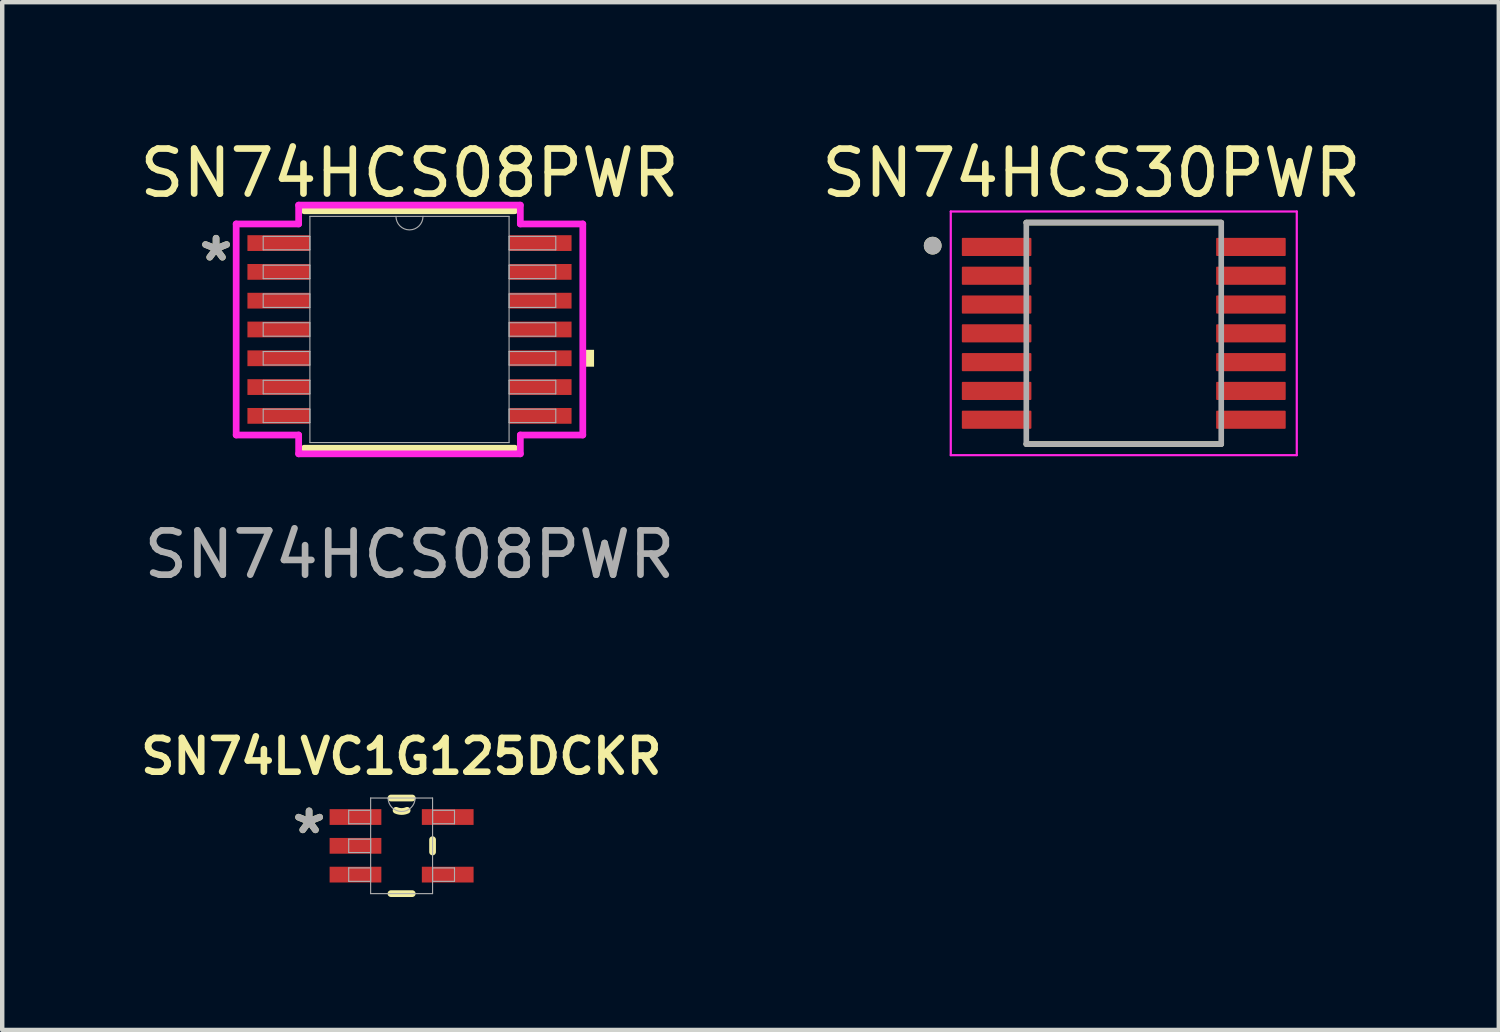
<source format=kicad_pcb>
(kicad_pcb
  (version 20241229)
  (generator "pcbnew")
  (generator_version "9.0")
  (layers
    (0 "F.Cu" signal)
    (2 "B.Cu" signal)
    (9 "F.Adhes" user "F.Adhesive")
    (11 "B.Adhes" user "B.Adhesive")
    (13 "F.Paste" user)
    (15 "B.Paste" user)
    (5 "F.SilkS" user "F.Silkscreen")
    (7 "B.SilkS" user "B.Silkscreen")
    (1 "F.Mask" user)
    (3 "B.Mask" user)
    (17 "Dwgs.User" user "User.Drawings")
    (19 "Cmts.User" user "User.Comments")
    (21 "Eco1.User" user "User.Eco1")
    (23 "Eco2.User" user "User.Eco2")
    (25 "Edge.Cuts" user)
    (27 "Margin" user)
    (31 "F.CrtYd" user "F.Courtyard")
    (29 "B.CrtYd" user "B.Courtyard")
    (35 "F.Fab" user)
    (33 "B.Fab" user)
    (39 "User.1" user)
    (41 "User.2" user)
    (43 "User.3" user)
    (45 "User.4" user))
  (footprint "SN74HCS08PWR"
    (layer "F.Cu")
    (at 6.193 4.387)
    (property "Reference" "SN74HCS08PWR" (at 0.002 -3.53 0) (unlocked yes) (layer "F.SilkS") (effects (font (size 1.016 1.016) (thickness 0.15))))
    (attr smd)
    (fp_line (start -2.375 2.68) (end 2.375 2.68) (stroke (width 0.152) (type solid)) (layer "F.SilkS"))
    (fp_line (start 2.375 -2.68) (end -2.375 -2.68) (stroke (width 0.152) (type solid)) (layer "F.SilkS"))
    (fp_poly (pts (xy 4.166 0.459) (xy 4.166 0.84) (xy 3.912 0.84) (xy 3.912 0.459)) (stroke (width 0) (type solid)) (fill yes) (layer "F.SilkS"))
    (fp_line (start -3.912 -2.382) (end -2.502 -2.382) (stroke (width 0.152) (type solid)) (layer "F.CrtYd"))
    (fp_line (start -3.912 2.382) (end -3.912 -2.382) (stroke (width 0.152) (type solid)) (layer "F.CrtYd"))
    (fp_line (start -3.912 2.382) (end -2.502 2.382) (stroke (width 0.152) (type solid)) (layer "F.CrtYd"))
    (fp_line (start -2.502 -2.807) (end 2.502 -2.807) (stroke (width 0.152) (type solid)) (layer "F.CrtYd"))
    (fp_line (start -2.502 -2.382) (end -2.502 -2.807) (stroke (width 0.152) (type solid)) (layer "F.CrtYd"))
    (fp_line (start -2.502 2.807) (end -2.502 2.382) (stroke (width 0.152) (type solid)) (layer "F.CrtYd"))
    (fp_line (start 2.502 -2.807) (end 2.502 -2.382) (stroke (width 0.152) (type solid)) (layer "F.CrtYd"))
    (fp_line (start 2.502 2.382) (end 2.502 2.807) (stroke (width 0.152) (type solid)) (layer "F.CrtYd"))
    (fp_line (start 2.502 2.807) (end -2.502 2.807) (stroke (width 0.152) (type solid)) (layer "F.CrtYd"))
    (fp_line (start 3.912 -2.382) (end 2.502 -2.382) (stroke (width 0.152) (type solid)) (layer "F.CrtYd"))
    (fp_line (start 3.912 -2.382) (end 3.912 2.382) (stroke (width 0.152) (type solid)) (layer "F.CrtYd"))
    (fp_line (start 3.912 2.382) (end 2.502 2.382) (stroke (width 0.152) (type solid)) (layer "F.CrtYd"))
    (fp_line (start -3.302 -2.102) (end -3.302 -1.798) (stroke (width 0.025) (type solid)) (layer "F.Fab"))
    (fp_line (start -3.302 -1.798) (end -2.248 -1.798) (stroke (width 0.025) (type solid)) (layer "F.Fab"))
    (fp_line (start -3.302 -1.452) (end -3.302 -1.148) (stroke (width 0.025) (type solid)) (layer "F.Fab"))
    (fp_line (start -3.302 -1.148) (end -2.248 -1.148) (stroke (width 0.025) (type solid)) (layer "F.Fab"))
    (fp_line (start -3.302 -0.802) (end -3.302 -0.498) (stroke (width 0.025) (type solid)) (layer "F.Fab"))
    (fp_line (start -3.302 -0.498) (end -2.248 -0.498) (stroke (width 0.025) (type solid)) (layer "F.Fab"))
    (fp_line (start -3.302 -0.152) (end -3.302 0.152) (stroke (width 0.025) (type solid)) (layer "F.Fab"))
    (fp_line (start -3.302 0.152) (end -2.248 0.152) (stroke (width 0.025) (type solid)) (layer "F.Fab"))
    (fp_line (start -3.302 0.498) (end -3.302 0.802) (stroke (width 0.025) (type solid)) (layer "F.Fab"))
    (fp_line (start -3.302 0.802) (end -2.248 0.802) (stroke (width 0.025) (type solid)) (layer "F.Fab"))
    (fp_line (start -3.302 1.148) (end -3.302 1.452) (stroke (width 0.025) (type solid)) (layer "F.Fab"))
    (fp_line (start -3.302 1.452) (end -2.248 1.452) (stroke (width 0.025) (type solid)) (layer "F.Fab"))
    (fp_line (start -3.302 1.798) (end -3.302 2.102) (stroke (width 0.025) (type solid)) (layer "F.Fab"))
    (fp_line (start -3.302 2.102) (end -2.248 2.102) (stroke (width 0.025) (type solid)) (layer "F.Fab"))
    (fp_line (start -2.248 -2.553) (end -2.248 2.553) (stroke (width 0.025) (type solid)) (layer "F.Fab"))
    (fp_line (start -2.248 -2.102) (end -3.302 -2.102) (stroke (width 0.025) (type solid)) (layer "F.Fab"))
    (fp_line (start -2.248 -1.798) (end -2.248 -2.102) (stroke (width 0.025) (type solid)) (layer "F.Fab"))
    (fp_line (start -2.248 -1.452) (end -3.302 -1.452) (stroke (width 0.025) (type solid)) (layer "F.Fab"))
    (fp_line (start -2.248 -1.148) (end -2.248 -1.452) (stroke (width 0.025) (type solid)) (layer "F.Fab"))
    (fp_line (start -2.248 -0.802) (end -3.302 -0.802) (stroke (width 0.025) (type solid)) (layer "F.Fab"))
    (fp_line (start -2.248 -0.498) (end -2.248 -0.802) (stroke (width 0.025) (type solid)) (layer "F.Fab"))
    (fp_line (start -2.248 -0.152) (end -3.302 -0.152) (stroke (width 0.025) (type solid)) (layer "F.Fab"))
    (fp_line (start -2.248 0.152) (end -2.248 -0.152) (stroke (width 0.025) (type solid)) (layer "F.Fab"))
    (fp_line (start -2.248 0.498) (end -3.302 0.498) (stroke (width 0.025) (type solid)) (layer "F.Fab"))
    (fp_line (start -2.248 0.802) (end -2.248 0.498) (stroke (width 0.025) (type solid)) (layer "F.Fab"))
    (fp_line (start -2.248 1.148) (end -3.302 1.148) (stroke (width 0.025) (type solid)) (layer "F.Fab"))
    (fp_line (start -2.248 1.452) (end -2.248 1.148) (stroke (width 0.025) (type solid)) (layer "F.Fab"))
    (fp_line (start -2.248 1.798) (end -3.302 1.798) (stroke (width 0.025) (type solid)) (layer "F.Fab"))
    (fp_line (start -2.248 2.102) (end -2.248 1.798) (stroke (width 0.025) (type solid)) (layer "F.Fab"))
    (fp_line (start -2.248 2.553) (end 2.248 2.553) (stroke (width 0.025) (type solid)) (layer "F.Fab"))
    (fp_line (start 2.248 -2.553) (end -2.248 -2.553) (stroke (width 0.025) (type solid)) (layer "F.Fab"))
    (fp_line (start 2.248 -2.102) (end 2.248 -1.798) (stroke (width 0.025) (type solid)) (layer "F.Fab"))
    (fp_line (start 2.248 -1.798) (end 3.302 -1.798) (stroke (width 0.025) (type solid)) (layer "F.Fab"))
    (fp_line (start 2.248 -1.452) (end 2.248 -1.148) (stroke (width 0.025) (type solid)) (layer "F.Fab"))
    (fp_line (start 2.248 -1.148) (end 3.302 -1.148) (stroke (width 0.025) (type solid)) (layer "F.Fab"))
    (fp_line (start 2.248 -0.802) (end 2.248 -0.498) (stroke (width 0.025) (type solid)) (layer "F.Fab"))
    (fp_line (start 2.248 -0.498) (end 3.302 -0.498) (stroke (width 0.025) (type solid)) (layer "F.Fab"))
    (fp_line (start 2.248 -0.152) (end 2.248 0.152) (stroke (width 0.025) (type solid)) (layer "F.Fab"))
    (fp_line (start 2.248 0.152) (end 3.302 0.152) (stroke (width 0.025) (type solid)) (layer "F.Fab"))
    (fp_line (start 2.248 0.498) (end 2.248 0.802) (stroke (width 0.025) (type solid)) (layer "F.Fab"))
    (fp_line (start 2.248 0.802) (end 3.302 0.802) (stroke (width 0.025) (type solid)) (layer "F.Fab"))
    (fp_line (start 2.248 1.148) (end 2.248 1.452) (stroke (width 0.025) (type solid)) (layer "F.Fab"))
    (fp_line (start 2.248 1.452) (end 3.302 1.452) (stroke (width 0.025) (type solid)) (layer "F.Fab"))
    (fp_line (start 2.248 1.798) (end 2.248 2.102) (stroke (width 0.025) (type solid)) (layer "F.Fab"))
    (fp_line (start 2.248 2.102) (end 3.302 2.102) (stroke (width 0.025) (type solid)) (layer "F.Fab"))
    (fp_line (start 2.248 2.553) (end 2.248 -2.553) (stroke (width 0.025) (type solid)) (layer "F.Fab"))
    (fp_line (start 3.302 -2.102) (end 2.248 -2.102) (stroke (width 0.025) (type solid)) (layer "F.Fab"))
    (fp_line (start 3.302 -1.798) (end 3.302 -2.102) (stroke (width 0.025) (type solid)) (layer "F.Fab"))
    (fp_line (start 3.302 -1.452) (end 2.248 -1.452) (stroke (width 0.025) (type solid)) (layer "F.Fab"))
    (fp_line (start 3.302 -1.148) (end 3.302 -1.452) (stroke (width 0.025) (type solid)) (layer "F.Fab"))
    (fp_line (start 3.302 -0.802) (end 2.248 -0.802) (stroke (width 0.025) (type solid)) (layer "F.Fab"))
    (fp_line (start 3.302 -0.498) (end 3.302 -0.802) (stroke (width 0.025) (type solid)) (layer "F.Fab"))
    (fp_line (start 3.302 -0.152) (end 2.248 -0.152) (stroke (width 0.025) (type solid)) (layer "F.Fab"))
    (fp_line (start 3.302 0.152) (end 3.302 -0.152) (stroke (width 0.025) (type solid)) (layer "F.Fab"))
    (fp_line (start 3.302 0.498) (end 2.248 0.498) (stroke (width 0.025) (type solid)) (layer "F.Fab"))
    (fp_line (start 3.302 0.802) (end 3.302 0.498) (stroke (width 0.025) (type solid)) (layer "F.Fab"))
    (fp_line (start 3.302 1.148) (end 2.248 1.148) (stroke (width 0.025) (type solid)) (layer "F.Fab"))
    (fp_line (start 3.302 1.452) (end 3.302 1.148) (stroke (width 0.025) (type solid)) (layer "F.Fab"))
    (fp_line (start 3.302 1.798) (end 2.248 1.798) (stroke (width 0.025) (type solid)) (layer "F.Fab"))
    (fp_line (start 3.302 2.102) (end 3.302 1.798) (stroke (width 0.025) (type solid)) (layer "F.Fab"))
    (fp_arc (start 0.3048 -2.5527) (mid 0 -2.2479) (end -0.3048 -2.5527) (stroke (width 0.0254) (type solid)) (layer "F.Fab"))
    (fp_text user "*" (at -4.366 -1.515 0) (layer "F.SilkS") (effects (font (size 1 1) (thickness 0.15))))
    (fp_text user "*" (at -4.366 -1.515 0) (layer "F.Fab") (effects (font (size 1 1) (thickness 0.15))))
    (fp_text user "${REFERENCE}" (at 0 5.08 0) (unlocked yes) (layer "F.Fab") (effects (font (size 1 1) (thickness 0.15))))
    (pad "1" smd rect (at -2.953 -1.95) (size 1.41 0.356) (layers "F.Cu" "F.Mask" "F.Paste"))
    (pad "2" smd rect (at -2.953 -1.3) (size 1.41 0.356) (layers "F.Cu" "F.Mask" "F.Paste"))
    (pad "3" smd rect (at -2.953 -0.65) (size 1.41 0.356) (layers "F.Cu" "F.Mask" "F.Paste"))
    (pad "4" smd rect (at -2.953 0) (size 1.41 0.356) (layers "F.Cu" "F.Mask" "F.Paste"))
    (pad "5" smd rect (at -2.953 0.65) (size 1.41 0.356) (layers "F.Cu" "F.Mask" "F.Paste"))
    (pad "6" smd rect (at -2.953 1.3) (size 1.41 0.356) (layers "F.Cu" "F.Mask" "F.Paste"))
    (pad "7" smd rect (at -2.953 1.95) (size 1.41 0.356) (layers "F.Cu" "F.Mask" "F.Paste"))
    (pad "8" smd rect (at 2.953 1.95) (size 1.41 0.356) (layers "F.Cu" "F.Mask" "F.Paste"))
    (pad "9" smd rect (at 2.953 1.3) (size 1.41 0.356) (layers "F.Cu" "F.Mask" "F.Paste"))
    (pad "10" smd rect (at 2.953 0.65) (size 1.41 0.356) (layers "F.Cu" "F.Mask" "F.Paste"))
    (pad "11" smd rect (at 2.953 0) (size 1.41 0.356) (layers "F.Cu" "F.Mask" "F.Paste"))
    (pad "12" smd rect (at 2.953 -0.65) (size 1.41 0.356) (layers "F.Cu" "F.Mask" "F.Paste"))
    (pad "13" smd rect (at 2.953 -1.3) (size 1.41 0.356) (layers "F.Cu" "F.Mask" "F.Paste"))
    (pad "14" smd rect (at 2.953 -1.95) (size 1.41 0.356) (layers "F.Cu" "F.Mask" "F.Paste")))
  (footprint "SN74HCS30PWR"
    (layer "F.Cu")
    (at 22.316 4.474)
    (property "Reference" "SN74HCS30PWR" (at -0.73 -3.616 0) (layer "F.SilkS") (effects (font (size 1.016 1.016) (thickness 0.15))))
    (attr smd)
    (fp_line (start -2.2 -2.5) (end 2.2 -2.5) (stroke (width 0.127) (type solid)) (layer "F.SilkS"))
    (fp_line (start -2.2 2.5) (end 2.2 2.5) (stroke (width 0.127) (type solid)) (layer "F.SilkS"))
    (fp_circle (center -4.313 -1.979) (end -4.213 -1.979) (stroke (width 0.2) (type solid)) (fill no) (layer "F.SilkS"))
    (fp_line (start -3.905 -2.75) (end -3.905 2.75) (stroke (width 0.05) (type solid)) (layer "F.CrtYd"))
    (fp_line (start -3.905 -2.75) (end 3.905 -2.75) (stroke (width 0.05) (type solid)) (layer "F.CrtYd"))
    (fp_line (start -3.905 2.75) (end 3.905 2.75) (stroke (width 0.05) (type solid)) (layer "F.CrtYd"))
    (fp_line (start 3.905 -2.75) (end 3.905 2.75) (stroke (width 0.05) (type solid)) (layer "F.CrtYd"))
    (fp_line (start -2.2 -2.5) (end -2.2 2.5) (stroke (width 0.127) (type solid)) (layer "F.Fab"))
    (fp_line (start -2.2 -2.5) (end 2.2 -2.5) (stroke (width 0.127) (type solid)) (layer "F.Fab"))
    (fp_line (start -2.2 2.5) (end 2.2 2.5) (stroke (width 0.127) (type solid)) (layer "F.Fab"))
    (fp_line (start 2.2 -2.5) (end 2.2 2.5) (stroke (width 0.127) (type solid)) (layer "F.Fab"))
    (fp_circle (center -4.313 -1.979) (end -4.213 -1.979) (stroke (width 0.2) (type solid)) (fill no) (layer "F.Fab"))
    (pad "1" smd roundrect (at -2.87 -1.95) (size 1.57 0.41) (layers "F.Cu" "F.Mask" "F.Paste") (roundrect_rratio 0.05))
    (pad "2" smd roundrect (at -2.87 -1.3) (size 1.57 0.41) (layers "F.Cu" "F.Mask" "F.Paste") (roundrect_rratio 0.05))
    (pad "3" smd roundrect (at -2.87 -0.65) (size 1.57 0.41) (layers "F.Cu" "F.Mask" "F.Paste") (roundrect_rratio 0.05))
    (pad "4" smd roundrect (at -2.87 0) (size 1.57 0.41) (layers "F.Cu" "F.Mask" "F.Paste") (roundrect_rratio 0.05))
    (pad "5" smd roundrect (at -2.87 0.65) (size 1.57 0.41) (layers "F.Cu" "F.Mask" "F.Paste") (roundrect_rratio 0.05))
    (pad "6" smd roundrect (at -2.87 1.3) (size 1.57 0.41) (layers "F.Cu" "F.Mask" "F.Paste") (roundrect_rratio 0.05))
    (pad "7" smd roundrect (at -2.87 1.95) (size 1.57 0.41) (layers "F.Cu" "F.Mask" "F.Paste") (roundrect_rratio 0.05))
    (pad "8" smd roundrect (at 2.87 1.95) (size 1.57 0.41) (layers "F.Cu" "F.Mask" "F.Paste") (roundrect_rratio 0.05))
    (pad "9" smd roundrect (at 2.87 1.3) (size 1.57 0.41) (layers "F.Cu" "F.Mask" "F.Paste") (roundrect_rratio 0.05))
    (pad "10" smd roundrect (at 2.87 0.65) (size 1.57 0.41) (layers "F.Cu" "F.Mask" "F.Paste") (roundrect_rratio 0.05))
    (pad "11" smd roundrect (at 2.87 0) (size 1.57 0.41) (layers "F.Cu" "F.Mask" "F.Paste") (roundrect_rratio 0.05))
    (pad "12" smd roundrect (at 2.87 -0.65) (size 1.57 0.41) (layers "F.Cu" "F.Mask" "F.Paste") (roundrect_rratio 0.05))
    (pad "13" smd roundrect (at 2.87 -1.3) (size 1.57 0.41) (layers "F.Cu" "F.Mask" "F.Paste") (roundrect_rratio 0.05))
    (pad "14" smd roundrect (at 2.87 -1.95) (size 1.57 0.41) (layers "F.Cu" "F.Mask" "F.Paste") (roundrect_rratio 0.05)))
  (footprint "SN74LVC1G125DCKR"
    (layer "F.Cu")
    (at 6.015 16.042)
    (property "Reference" "SN74LVC1G125DCKR" (at -0.006 -2.018 0) (unlocked yes) (layer "F.SilkS") (effects (font (size 0.762 0.762) (thickness 0.15))))
    (attr smd)
    (fp_line (start -0.24 1.079) (end 0.24 1.079) (stroke (width 0.152) (type solid)) (layer "F.SilkS"))
    (fp_line (start 0.24 -1.079) (end -0.24 -1.079) (stroke (width 0.152) (type solid)) (layer "F.SilkS"))
    (fp_line (start 0.699 0.139) (end 0.699 -0.139) (stroke (width 0.152) (type solid)) (layer "F.SilkS"))
    (fp_arc (start 0.12446 -0.801269) (mid 0 -0.7747) (end -0.12446 -0.801269) (stroke (width 0.1524) (type solid)) (layer "F.SilkS"))
    (fp_line (start -1.194 -0.802) (end -1.194 -0.498) (stroke (width 0.025) (type solid)) (layer "F.Fab"))
    (fp_line (start -1.194 -0.498) (end -0.699 -0.498) (stroke (width 0.025) (type solid)) (layer "F.Fab"))
    (fp_line (start -1.194 -0.152) (end -1.194 0.152) (stroke (width 0.025) (type solid)) (layer "F.Fab"))
    (fp_line (start -1.194 0.152) (end -0.699 0.152) (stroke (width 0.025) (type solid)) (layer "F.Fab"))
    (fp_line (start -1.194 0.498) (end -1.194 0.802) (stroke (width 0.025) (type solid)) (layer "F.Fab"))
    (fp_line (start -1.194 0.802) (end -0.699 0.802) (stroke (width 0.025) (type solid)) (layer "F.Fab"))
    (fp_line (start -0.699 -1.079) (end -0.699 1.079) (stroke (width 0.025) (type solid)) (layer "F.Fab"))
    (fp_line (start -0.699 -0.802) (end -1.194 -0.802) (stroke (width 0.025) (type solid)) (layer "F.Fab"))
    (fp_line (start -0.699 -0.498) (end -0.699 -0.802) (stroke (width 0.025) (type solid)) (layer "F.Fab"))
    (fp_line (start -0.699 -0.152) (end -1.194 -0.152) (stroke (width 0.025) (type solid)) (layer "F.Fab"))
    (fp_line (start -0.699 0.152) (end -0.699 -0.152) (stroke (width 0.025) (type solid)) (layer "F.Fab"))
    (fp_line (start -0.699 0.498) (end -1.194 0.498) (stroke (width 0.025) (type solid)) (layer "F.Fab"))
    (fp_line (start -0.699 0.802) (end -0.699 0.498) (stroke (width 0.025) (type solid)) (layer "F.Fab"))
    (fp_line (start -0.699 1.079) (end 0.699 1.079) (stroke (width 0.025) (type solid)) (layer "F.Fab"))
    (fp_line (start 0.699 -1.079) (end -0.699 -1.079) (stroke (width 0.025) (type solid)) (layer "F.Fab"))
    (fp_line (start 0.699 -0.802) (end 0.699 -0.498) (stroke (width 0.025) (type solid)) (layer "F.Fab"))
    (fp_line (start 0.699 -0.498) (end 1.194 -0.498) (stroke (width 0.025) (type solid)) (layer "F.Fab"))
    (fp_line (start 0.699 0.498) (end 0.699 0.802) (stroke (width 0.025) (type solid)) (layer "F.Fab"))
    (fp_line (start 0.699 0.802) (end 1.194 0.802) (stroke (width 0.025) (type solid)) (layer "F.Fab"))
    (fp_line (start 0.699 1.079) (end 0.699 -1.079) (stroke (width 0.025) (type solid)) (layer "F.Fab"))
    (fp_line (start 1.194 -0.802) (end 0.699 -0.802) (stroke (width 0.025) (type solid)) (layer "F.Fab"))
    (fp_line (start 1.194 -0.498) (end 1.194 -0.802) (stroke (width 0.025) (type solid)) (layer "F.Fab"))
    (fp_line (start 1.194 0.498) (end 0.699 0.498) (stroke (width 0.025) (type solid)) (layer "F.Fab"))
    (fp_line (start 1.194 0.802) (end 1.194 0.498) (stroke (width 0.025) (type solid)) (layer "F.Fab"))
    (fp_arc (start 0.3048 -1.0795) (mid 0 -0.7747) (end -0.3048 -1.0795) (stroke (width 0.0254) (type solid)) (layer "F.Fab"))
    (fp_text user "*" (at -2.088 -0.244 0) (layer "F.SilkS") (effects (font (size 1 1) (thickness 0.15))))
    (fp_text user "*" (at -2.088 -0.244 0) (layer "F.Fab") (effects (font (size 1 1) (thickness 0.15))))
    (pad "1" smd rect (at -1.041 -0.65) (size 1.168 0.356) (layers "F.Cu" "F.Mask" "F.Paste"))
    (pad "2" smd rect (at -1.041 0) (size 1.168 0.356) (layers "F.Cu" "F.Mask" "F.Paste"))
    (pad "3" smd rect (at -1.041 0.65) (size 1.168 0.356) (layers "F.Cu" "F.Mask" "F.Paste"))
    (pad "4" smd rect (at 1.041 0.65) (size 1.168 0.356) (layers "F.Cu" "F.Mask" "F.Paste"))
    (pad "5" smd rect (at 1.041 -0.65) (size 1.168 0.356) (layers "F.Cu" "F.Mask" "F.Paste")))
  (gr_rect
    (start -3 -3)
    (end 30.781 20.198)
    (stroke (width 0.1) (type default))
    (fill no)
    (layer "Edge.Cuts")))
</source>
